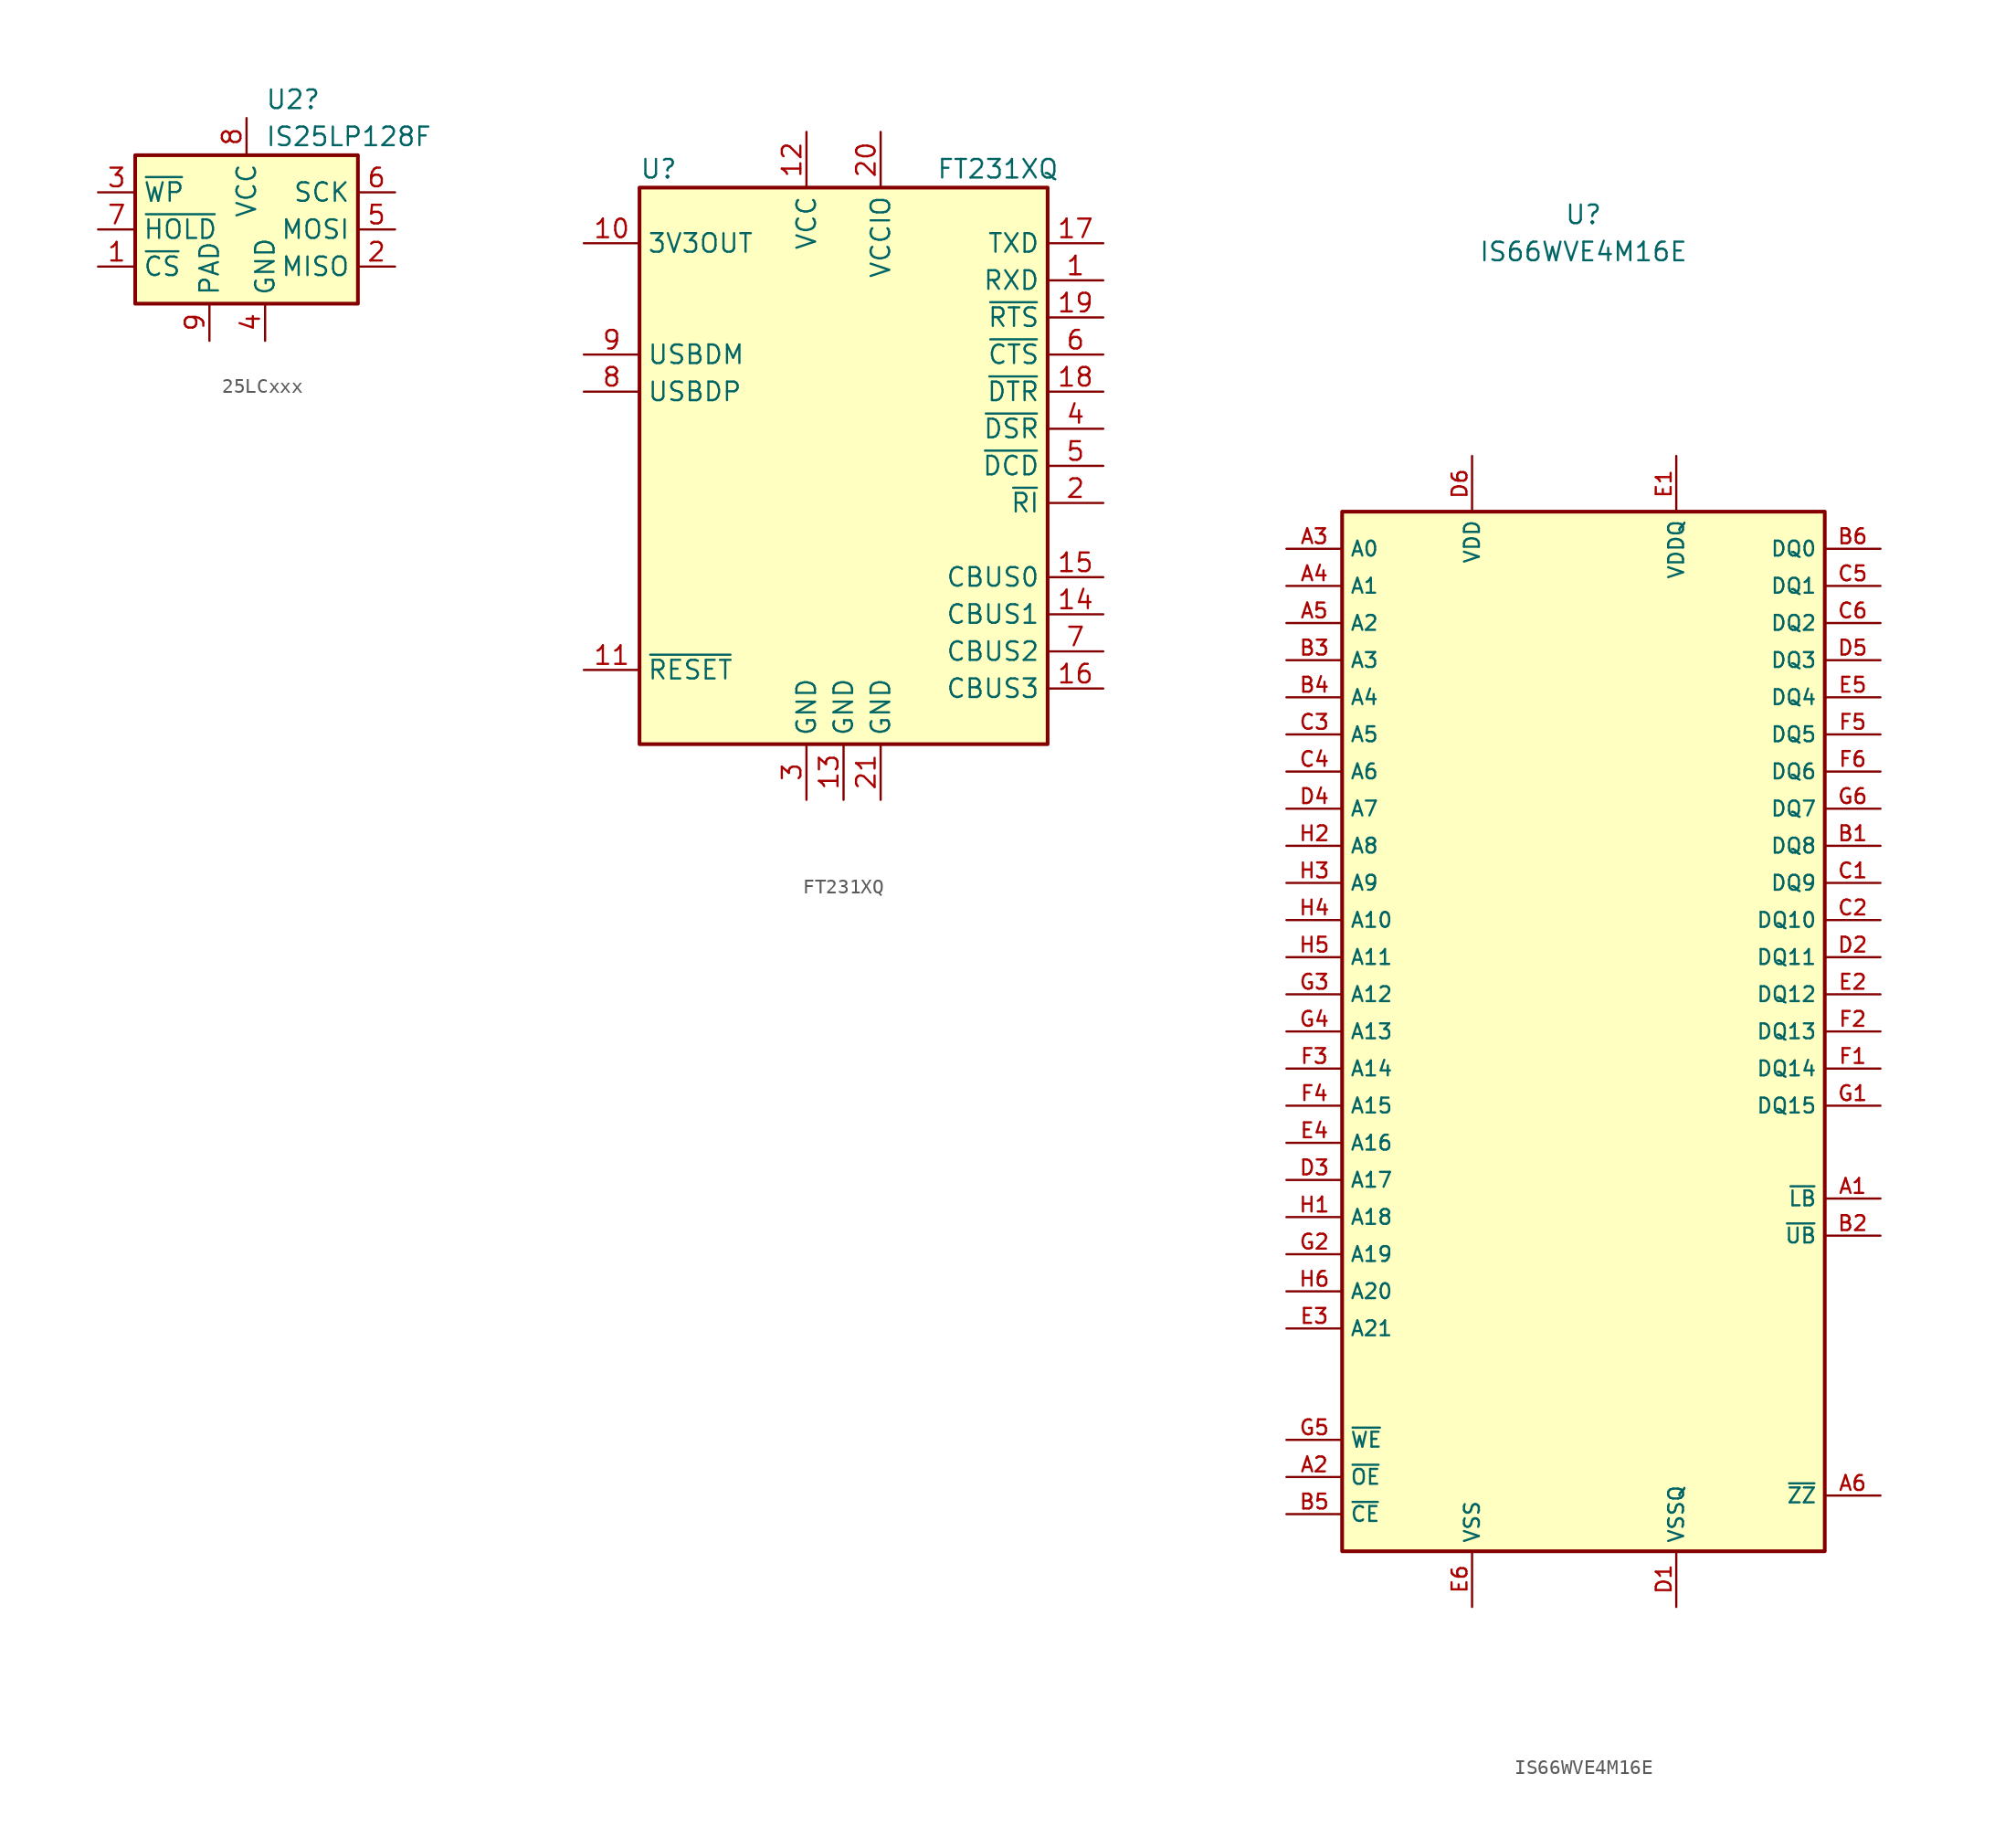
<source format=kicad_sym>
(kicad_symbol_lib
  (version 20220914)
  (generator kicad_symbol_editor)
  (symbol "25LCxxx"
    (property "Reference" "U2"
      (at 1.27 8.89 0)
      (effects (font (size 1.27 1.27)) (justify left)))
    (property "Value" "IS25LP128F"
      (at 1.27 6.35 0)
      (effects (font (size 1.27 1.27)) (justify left)))
    (symbol "25LCxxx_1_1"
      (rectangle (start -7.62 5.08) (end 7.62 -5.08) (stroke (width 0.254) (type default)) (fill (type background)))
      (pin input line (at -10.16 -2.54 0) (length 2.54) (name "~{CS}" (effects (font (size 1.27 1.27)))) (number "1" (effects (font (size 1.27 1.27)))))
      (pin tri_state line (at 10.16 -2.54 180) (length 2.54) (name "MISO" (effects (font (size 1.27 1.27)))) (number "2" (effects (font (size 1.27 1.27)))))
      (pin input line (at -10.16 2.54 0) (length 2.54) (name "~{WP}" (effects (font (size 1.27 1.27)))) (number "3" (effects (font (size 1.27 1.27)))))
      (pin power_in line (at 1.27 -7.62 90) (length 2.54) (name "GND" (effects (font (size 1.27 1.27)))) (number "4" (effects (font (size 1.27 1.27)))))
      (pin input line (at 10.16 0 180) (length 2.54) (name "MOSI" (effects (font (size 1.27 1.27)))) (number "5" (effects (font (size 1.27 1.27)))))
      (pin input line (at 10.16 2.54 180) (length 2.54) (name "SCK" (effects (font (size 1.27 1.27)))) (number "6" (effects (font (size 1.27 1.27)))))
      (pin input line (at -10.16 0 0) (length 2.54) (name "~{HOLD}" (effects (font (size 1.27 1.27)))) (number "7" (effects (font (size 1.27 1.27)))))
      (pin power_in line (at 0 7.62 270) (length 2.54) (name "VCC" (effects (font (size 1.27 1.27)))) (number "8" (effects (font (size 1.27 1.27)))))
      (pin power_in line (at -2.54 -7.62 90) (length 2.54) (name "PAD" (effects (font (size 1.27 1.27)))) (number "9" (effects (font (size 1.27 1.27)))))))
  (symbol "FT231XQ"
    (property "Reference" "U"
      (at -13.97 20.32 0)
      (effects (font (size 1.27 1.27)) (justify left)))
    (property "Value" "FT231XQ"
      (at 6.35 20.32 0)
      (effects (font (size 1.27 1.27)) (justify left)))
    (symbol "FT231XQ_0_1"
      (rectangle (start -13.97 19.05) (end 13.97 -19.05) (stroke (width 0.254) (type default)) (fill (type background))))
    (symbol "FT231XQ_1_1"
      (pin input line (at 17.78 12.7 180) (length 3.81) (name "RXD" (effects (font (size 1.27 1.27)))) (number "1" (effects (font (size 1.27 1.27)))))
      (pin power_out line (at -17.78 15.24 0) (length 3.81) (name "3V3OUT" (effects (font (size 1.27 1.27)))) (number "10" (effects (font (size 1.27 1.27)))))
      (pin input line (at -17.78 -13.97 0) (length 3.81) (name "~{RESET}" (effects (font (size 1.27 1.27)))) (number "11" (effects (font (size 1.27 1.27)))))
      (pin power_in line (at -2.54 22.86 270) (length 3.81) (name "VCC" (effects (font (size 1.27 1.27)))) (number "12" (effects (font (size 1.27 1.27)))))
      (pin power_in line (at 0 -22.86 90) (length 3.81) (name "GND" (effects (font (size 1.27 1.27)))) (number "13" (effects (font (size 1.27 1.27)))))
      (pin bidirectional line (at 17.78 -10.16 180) (length 3.81) (name "CBUS1" (effects (font (size 1.27 1.27)))) (number "14" (effects (font (size 1.27 1.27)))))
      (pin bidirectional line (at 17.78 -7.62 180) (length 3.81) (name "CBUS0" (effects (font (size 1.27 1.27)))) (number "15" (effects (font (size 1.27 1.27)))))
      (pin bidirectional line (at 17.78 -15.24 180) (length 3.81) (name "CBUS3" (effects (font (size 1.27 1.27)))) (number "16" (effects (font (size 1.27 1.27)))))
      (pin output line (at 17.78 15.24 180) (length 3.81) (name "TXD" (effects (font (size 1.27 1.27)))) (number "17" (effects (font (size 1.27 1.27)))))
      (pin output line (at 17.78 5.08 180) (length 3.81) (name "~{DTR}" (effects (font (size 1.27 1.27)))) (number "18" (effects (font (size 1.27 1.27)))))
      (pin output line (at 17.78 10.16 180) (length 3.81) (name "~{RTS}" (effects (font (size 1.27 1.27)))) (number "19" (effects (font (size 1.27 1.27)))))
      (pin bidirectional line (at 17.78 -2.54 180) (length 3.81) (name "~{RI}" (effects (font (size 1.27 1.27)))) (number "2" (effects (font (size 1.27 1.27)))))
      (pin power_in line (at 2.54 22.86 270) (length 3.81) (name "VCCIO" (effects (font (size 1.27 1.27)))) (number "20" (effects (font (size 1.27 1.27)))))
      (pin power_in line (at 2.54 -22.86 90) (length 3.81) (name "GND" (effects (font (size 1.27 1.27)))) (number "21" (effects (font (size 1.27 1.27)))))
      (pin power_in line (at -2.54 -22.86 90) (length 3.81) (name "GND" (effects (font (size 1.27 1.27)))) (number "3" (effects (font (size 1.27 1.27)))))
      (pin bidirectional line (at 17.78 2.54 180) (length 3.81) (name "~{DSR}" (effects (font (size 1.27 1.27)))) (number "4" (effects (font (size 1.27 1.27)))))
      (pin bidirectional line (at 17.78 0 180) (length 3.81) (name "~{DCD}" (effects (font (size 1.27 1.27)))) (number "5" (effects (font (size 1.27 1.27)))))
      (pin input line (at 17.78 7.62 180) (length 3.81) (name "~{CTS}" (effects (font (size 1.27 1.27)))) (number "6" (effects (font (size 1.27 1.27)))))
      (pin bidirectional line (at 17.78 -12.7 180) (length 3.81) (name "CBUS2" (effects (font (size 1.27 1.27)))) (number "7" (effects (font (size 1.27 1.27)))))
      (pin bidirectional line (at -17.78 5.08 0) (length 3.81) (name "USBDP" (effects (font (size 1.27 1.27)))) (number "8" (effects (font (size 1.27 1.27)))))
      (pin bidirectional line (at -17.78 7.62 0) (length 3.81) (name "USBDM" (effects (font (size 1.27 1.27)))) (number "9" (effects (font (size 1.27 1.27)))))))
  (symbol "IS66WVE4M16E"
    (property "Reference" "U"
      (at 0 48.26 0)
      (effects (font (size 1.27 1.27))))
    (property "Value" "IS66WVE4M16E"
      (at 0 45.72 0)
      (effects (font (size 1.27 1.27))))
    (symbol "IS66WVE4M16E_0_1"
      (rectangle (start -16.51 27.94) (end 16.51 -43.18) (stroke (width 0.254) (type default)) (fill (type background))))
    (symbol "IS66WVE4M16E_1_1"
      (pin input line (at 20.32 -19.05 180) (length 3.81) (name "~{LB}" (effects (font (size 1.016 1.016)))) (number "A1" (effects (font (size 1.016 1.016)))))
      (pin input line (at -20.32 -38.1 0) (length 3.81) (name "~{OE}" (effects (font (size 1.016 1.016)))) (number "A2" (effects (font (size 1.016 1.016)))))
      (pin input line (at -20.32 25.4 0) (length 3.81) (name "A0" (effects (font (size 1.016 1.016)))) (number "A3" (effects (font (size 1.016 1.016)))))
      (pin input line (at -20.32 22.86 0) (length 3.81) (name "A1" (effects (font (size 1.016 1.016)))) (number "A4" (effects (font (size 1.016 1.016)))))
      (pin input line (at -20.32 20.32 0) (length 3.81) (name "A2" (effects (font (size 1.016 1.016)))) (number "A5" (effects (font (size 1.016 1.016)))))
      (pin input line (at 20.32 -39.37 180) (length 3.81) (name "~{ZZ}" (effects (font (size 1.016 1.016)))) (number "A6" (effects (font (size 1.016 1.016)))))
      (pin bidirectional line (at 20.32 5.08 180) (length 3.81) (name "DQ8" (effects (font (size 1.016 1.016)))) (number "B1" (effects (font (size 1.016 1.016)))))
      (pin input line (at 20.32 -21.59 180) (length 3.81) (name "~{UB}" (effects (font (size 1.016 1.016)))) (number "B2" (effects (font (size 1.016 1.016)))))
      (pin input line (at -20.32 17.78 0) (length 3.81) (name "A3" (effects (font (size 1.016 1.016)))) (number "B3" (effects (font (size 1.016 1.016)))))
      (pin input line (at -20.32 15.24 0) (length 3.81) (name "A4" (effects (font (size 1.016 1.016)))) (number "B4" (effects (font (size 1.016 1.016)))))
      (pin input line (at -20.32 -40.64 0) (length 3.81) (name "~{CE}" (effects (font (size 1.016 1.016)))) (number "B5" (effects (font (size 1.016 1.016)))))
      (pin bidirectional line (at 20.32 25.4 180) (length 3.81) (name "DQ0" (effects (font (size 1.016 1.016)))) (number "B6" (effects (font (size 1.016 1.016)))))
      (pin bidirectional line (at 20.32 2.54 180) (length 3.81) (name "DQ9" (effects (font (size 1.016 1.016)))) (number "C1" (effects (font (size 1.016 1.016)))))
      (pin bidirectional line (at 20.32 0 180) (length 3.81) (name "DQ10" (effects (font (size 1.016 1.016)))) (number "C2" (effects (font (size 1.016 1.016)))))
      (pin input line (at -20.32 12.7 0) (length 3.81) (name "A5" (effects (font (size 1.016 1.016)))) (number "C3" (effects (font (size 1.016 1.016)))))
      (pin input line (at -20.32 10.16 0) (length 3.81) (name "A6" (effects (font (size 1.016 1.016)))) (number "C4" (effects (font (size 1.016 1.016)))))
      (pin bidirectional line (at 20.32 22.86 180) (length 3.81) (name "DQ1" (effects (font (size 1.016 1.016)))) (number "C5" (effects (font (size 1.016 1.016)))))
      (pin bidirectional line (at 20.32 20.32 180) (length 3.81) (name "DQ2" (effects (font (size 1.016 1.016)))) (number "C6" (effects (font (size 1.016 1.016)))))
      (pin power_in line (at 6.35 -46.99 90) (length 3.81) (name "VSSQ" (effects (font (size 1.016 1.016)))) (number "D1" (effects (font (size 1.016 1.016)))))
      (pin bidirectional line (at 20.32 -2.54 180) (length 3.81) (name "DQ11" (effects (font (size 1.016 1.016)))) (number "D2" (effects (font (size 1.016 1.016)))))
      (pin input line (at -20.32 -17.78 0) (length 3.81) (name "A17" (effects (font (size 1.016 1.016)))) (number "D3" (effects (font (size 1.016 1.016)))))
      (pin input line (at -20.32 7.62 0) (length 3.81) (name "A7" (effects (font (size 1.016 1.016)))) (number "D4" (effects (font (size 1.016 1.016)))))
      (pin bidirectional line (at 20.32 17.78 180) (length 3.81) (name "DQ3" (effects (font (size 1.016 1.016)))) (number "D5" (effects (font (size 1.016 1.016)))))
      (pin power_in line (at -7.62 31.75 270) (length 3.81) (name "VDD" (effects (font (size 1.016 1.016)))) (number "D6" (effects (font (size 1.016 1.016)))))
      (pin power_in line (at 6.35 31.75 270) (length 3.81) (name "VDDQ" (effects (font (size 1.016 1.016)))) (number "E1" (effects (font (size 1.016 1.016)))))
      (pin bidirectional line (at 20.32 -5.08 180) (length 3.81) (name "DQ12" (effects (font (size 1.016 1.016)))) (number "E2" (effects (font (size 1.016 1.016)))))
      (pin input line (at -20.32 -27.94 0) (length 3.81) (name "A21" (effects (font (size 1.016 1.016)))) (number "E3" (effects (font (size 1.016 1.016)))))
      (pin input line (at -20.32 -15.24 0) (length 3.81) (name "A16" (effects (font (size 1.016 1.016)))) (number "E4" (effects (font (size 1.016 1.016)))))
      (pin bidirectional line (at 20.32 15.24 180) (length 3.81) (name "DQ4" (effects (font (size 1.016 1.016)))) (number "E5" (effects (font (size 1.016 1.016)))))
      (pin power_in line (at -7.62 -46.99 90) (length 3.81) (name "VSS" (effects (font (size 1.016 1.016)))) (number "E6" (effects (font (size 1.016 1.016)))))
      (pin bidirectional line (at 20.32 -10.16 180) (length 3.81) (name "DQ14" (effects (font (size 1.016 1.016)))) (number "F1" (effects (font (size 1.016 1.016)))))
      (pin bidirectional line (at 20.32 -7.62 180) (length 3.81) (name "DQ13" (effects (font (size 1.016 1.016)))) (number "F2" (effects (font (size 1.016 1.016)))))
      (pin input line (at -20.32 -10.16 0) (length 3.81) (name "A14" (effects (font (size 1.016 1.016)))) (number "F3" (effects (font (size 1.016 1.016)))))
      (pin input line (at -20.32 -12.7 0) (length 3.81) (name "A15" (effects (font (size 1.016 1.016)))) (number "F4" (effects (font (size 1.016 1.016)))))
      (pin bidirectional line (at 20.32 12.7 180) (length 3.81) (name "DQ5" (effects (font (size 1.016 1.016)))) (number "F5" (effects (font (size 1.016 1.016)))))
      (pin bidirectional line (at 20.32 10.16 180) (length 3.81) (name "DQ6" (effects (font (size 1.016 1.016)))) (number "F6" (effects (font (size 1.016 1.016)))))
      (pin bidirectional line (at 20.32 -12.7 180) (length 3.81) (name "DQ15" (effects (font (size 1.016 1.016)))) (number "G1" (effects (font (size 1.016 1.016)))))
      (pin input line (at -20.32 -22.86 0) (length 3.81) (name "A19" (effects (font (size 1.016 1.016)))) (number "G2" (effects (font (size 1.016 1.016)))))
      (pin input line (at -20.32 -5.08 0) (length 3.81) (name "A12" (effects (font (size 1.016 1.016)))) (number "G3" (effects (font (size 1.016 1.016)))))
      (pin input line (at -20.32 -7.62 0) (length 3.81) (name "A13" (effects (font (size 1.016 1.016)))) (number "G4" (effects (font (size 1.016 1.016)))))
      (pin input line (at -20.32 -35.56 0) (length 3.81) (name "~{WE}" (effects (font (size 1.016 1.016)))) (number "G5" (effects (font (size 1.016 1.016)))))
      (pin bidirectional line (at 20.32 7.62 180) (length 3.81) (name "DQ7" (effects (font (size 1.016 1.016)))) (number "G6" (effects (font (size 1.016 1.016)))))
      (pin input line (at -20.32 -20.32 0) (length 3.81) (name "A18" (effects (font (size 1.016 1.016)))) (number "H1" (effects (font (size 1.016 1.016)))))
      (pin input line (at -20.32 5.08 0) (length 3.81) (name "A8" (effects (font (size 1.016 1.016)))) (number "H2" (effects (font (size 1.016 1.016)))))
      (pin input line (at -20.32 2.54 0) (length 3.81) (name "A9" (effects (font (size 1.016 1.016)))) (number "H3" (effects (font (size 1.016 1.016)))))
      (pin input line (at -20.32 0 0) (length 3.81) (name "A10" (effects (font (size 1.016 1.016)))) (number "H4" (effects (font (size 1.016 1.016)))))
      (pin input line (at -20.32 -2.54 0) (length 3.81) (name "A11" (effects (font (size 1.016 1.016)))) (number "H5" (effects (font (size 1.016 1.016)))))
      (pin input line (at -20.32 -25.4 0) (length 3.81) (name "A20" (effects (font (size 1.016 1.016)))) (number "H6" (effects (font (size 1.016 1.016))))))))
</source>
